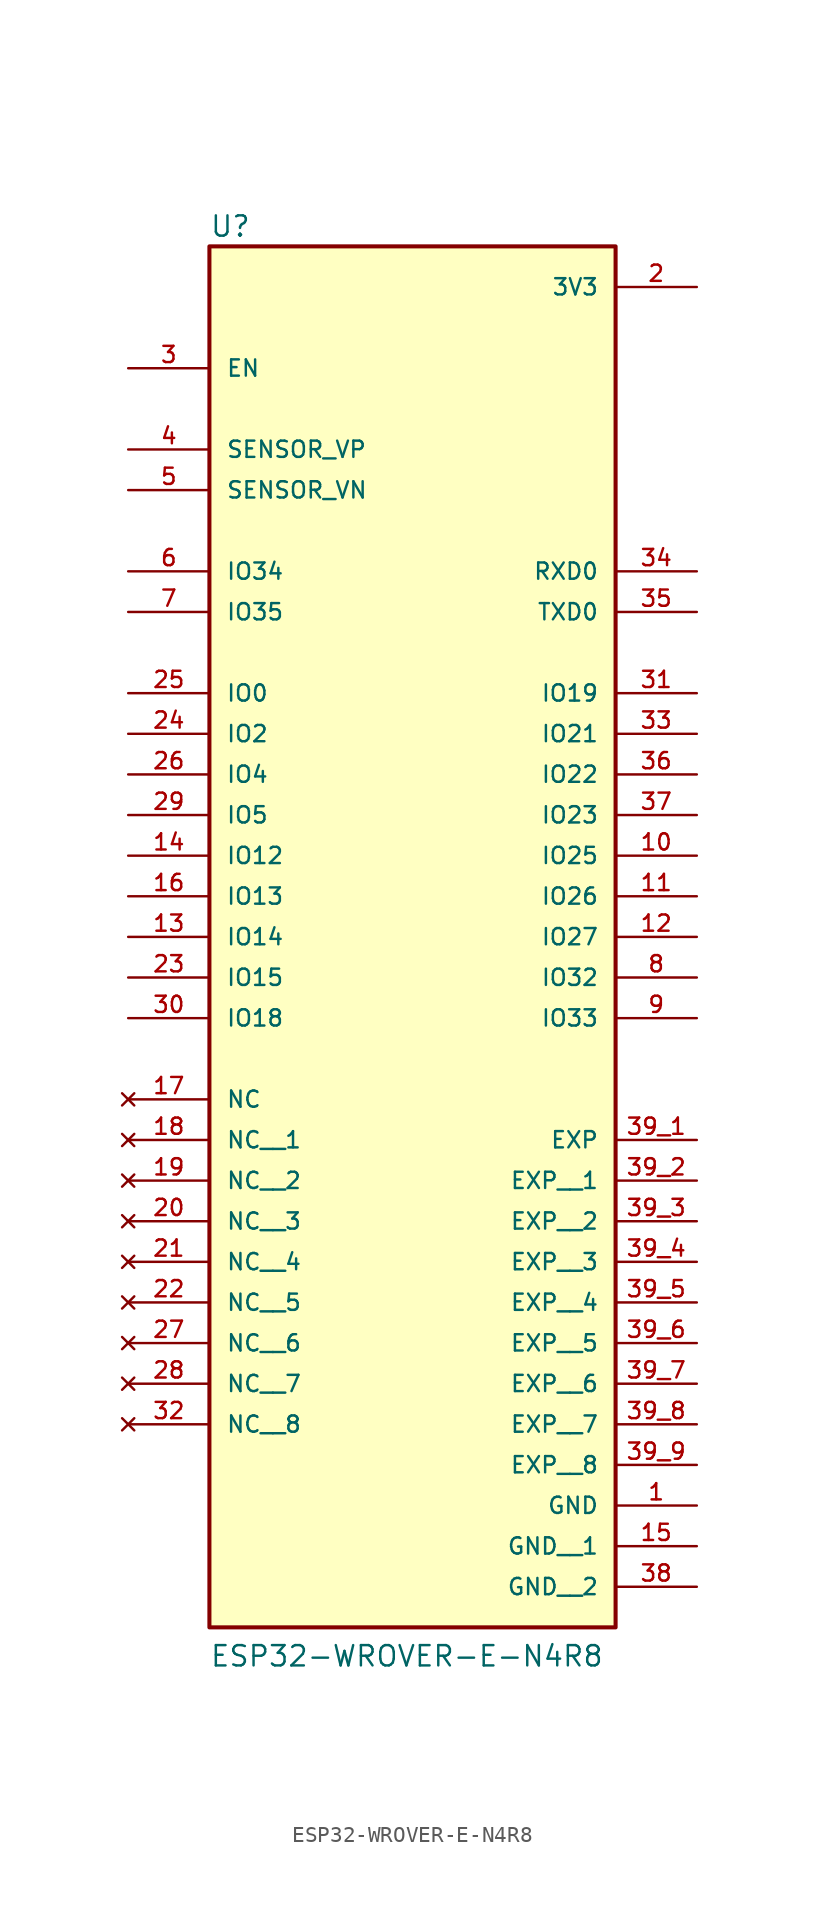
<source format=kicad_sym>
(kicad_symbol_lib
  (version 20211014)
  (generator kicad_symbol_editor)
  (symbol "ESP32-WROVER-E-N4R8"
    (pin_names
      (offset 1.016))
    (property "Reference" "U"
      (at -12.7 30.988 0)
      (effects (font (size 1.27 1.27)) (justify bottom left)))
    (property "Value" "ESP32-WROVER-E-N4R8"
      (at -12.7 -58.42 0)
      (effects (font (size 1.27 1.27)) (justify bottom left)))
    (symbol "ESP32-WROVER-E-N4R8_0_0"
      (rectangle (start -12.7 -55.88) (end 12.7 30.48) (stroke (width 0.254)) (fill (type background)))
      (pin power_in line (at 17.78 -48.26 180.0) (length 5.08) (name "GND" (effects (font (size 1.016 1.016)))) (number "1" (effects (font (size 1.016 1.016)))))
      (pin power_in line (at 17.78 27.94 180.0) (length 5.08) (name "3V3" (effects (font (size 1.016 1.016)))) (number "2" (effects (font (size 1.016 1.016)))))
      (pin input line (at -17.78 22.86 0) (length 5.08) (name "EN" (effects (font (size 1.016 1.016)))) (number "3" (effects (font (size 1.016 1.016)))))
      (pin input line (at -17.78 17.78 0) (length 5.08) (name "SENSOR_VP" (effects (font (size 1.016 1.016)))) (number "4" (effects (font (size 1.016 1.016)))))
      (pin input line (at -17.78 15.24 0) (length 5.08) (name "SENSOR_VN" (effects (font (size 1.016 1.016)))) (number "5" (effects (font (size 1.016 1.016)))))
      (pin input line (at -17.78 10.16 0) (length 5.08) (name "IO34" (effects (font (size 1.016 1.016)))) (number "6" (effects (font (size 1.016 1.016)))))
      (pin input line (at -17.78 7.62 0) (length 5.08) (name "IO35" (effects (font (size 1.016 1.016)))) (number "7" (effects (font (size 1.016 1.016)))))
      (pin bidirectional line (at 17.78 -15.24 180.0) (length 5.08) (name "IO32" (effects (font (size 1.016 1.016)))) (number "8" (effects (font (size 1.016 1.016)))))
      (pin bidirectional line (at 17.78 -17.78 180.0) (length 5.08) (name "IO33" (effects (font (size 1.016 1.016)))) (number "9" (effects (font (size 1.016 1.016)))))
      (pin bidirectional line (at 17.78 -7.62 180.0) (length 5.08) (name "IO25" (effects (font (size 1.016 1.016)))) (number "10" (effects (font (size 1.016 1.016)))))
      (pin bidirectional line (at 17.78 -10.16 180.0) (length 5.08) (name "IO26" (effects (font (size 1.016 1.016)))) (number "11" (effects (font (size 1.016 1.016)))))
      (pin bidirectional line (at 17.78 -12.7 180.0) (length 5.08) (name "IO27" (effects (font (size 1.016 1.016)))) (number "12" (effects (font (size 1.016 1.016)))))
      (pin bidirectional line (at -17.78 -12.7 0) (length 5.08) (name "IO14" (effects (font (size 1.016 1.016)))) (number "13" (effects (font (size 1.016 1.016)))))
      (pin bidirectional line (at -17.78 -7.62 0) (length 5.08) (name "IO12" (effects (font (size 1.016 1.016)))) (number "14" (effects (font (size 1.016 1.016)))))
      (pin bidirectional line (at -17.78 -10.16 0) (length 5.08) (name "IO13" (effects (font (size 1.016 1.016)))) (number "16" (effects (font (size 1.016 1.016)))))
      (pin bidirectional line (at -17.78 -15.24 0) (length 5.08) (name "IO15" (effects (font (size 1.016 1.016)))) (number "23" (effects (font (size 1.016 1.016)))))
      (pin bidirectional line (at -17.78 0.0 0) (length 5.08) (name "IO2" (effects (font (size 1.016 1.016)))) (number "24" (effects (font (size 1.016 1.016)))))
      (pin bidirectional line (at -17.78 2.54 0) (length 5.08) (name "IO0" (effects (font (size 1.016 1.016)))) (number "25" (effects (font (size 1.016 1.016)))))
      (pin bidirectional line (at -17.78 -2.54 0) (length 5.08) (name "IO4" (effects (font (size 1.016 1.016)))) (number "26" (effects (font (size 1.016 1.016)))))
      (pin no_connect line (at -17.78 -22.86 0) (length 5.08) (name "NC" (effects (font (size 1.016 1.016)))) (number "17" (effects (font (size 1.016 1.016)))))
      (pin bidirectional line (at -17.78 -5.08 0) (length 5.08) (name "IO5" (effects (font (size 1.016 1.016)))) (number "29" (effects (font (size 1.016 1.016)))))
      (pin bidirectional line (at -17.78 -17.78 0) (length 5.08) (name "IO18" (effects (font (size 1.016 1.016)))) (number "30" (effects (font (size 1.016 1.016)))))
      (pin bidirectional line (at 17.78 2.54 180.0) (length 5.08) (name "IO19" (effects (font (size 1.016 1.016)))) (number "31" (effects (font (size 1.016 1.016)))))
      (pin bidirectional line (at 17.78 0.0 180.0) (length 5.08) (name "IO21" (effects (font (size 1.016 1.016)))) (number "33" (effects (font (size 1.016 1.016)))))
      (pin bidirectional line (at 17.78 10.16 180.0) (length 5.08) (name "RXD0" (effects (font (size 1.016 1.016)))) (number "34" (effects (font (size 1.016 1.016)))))
      (pin bidirectional line (at 17.78 7.62 180.0) (length 5.08) (name "TXD0" (effects (font (size 1.016 1.016)))) (number "35" (effects (font (size 1.016 1.016)))))
      (pin bidirectional line (at 17.78 -2.54 180.0) (length 5.08) (name "IO22" (effects (font (size 1.016 1.016)))) (number "36" (effects (font (size 1.016 1.016)))))
      (pin bidirectional line (at 17.78 -5.08 180.0) (length 5.08) (name "IO23" (effects (font (size 1.016 1.016)))) (number "37" (effects (font (size 1.016 1.016)))))
      (pin power_in line (at 17.78 -25.4 180.0) (length 5.08) (name "EXP" (effects (font (size 1.016 1.016)))) (number "39_1" (effects (font (size 1.016 1.016)))))
      (pin no_connect line (at -17.78 -25.4 0) (length 5.08) (name "NC__1" (effects (font (size 1.016 1.016)))) (number "18" (effects (font (size 1.016 1.016)))))
      (pin no_connect line (at -17.78 -27.94 0) (length 5.08) (name "NC__2" (effects (font (size 1.016 1.016)))) (number "19" (effects (font (size 1.016 1.016)))))
      (pin no_connect line (at -17.78 -30.48 0) (length 5.08) (name "NC__3" (effects (font (size 1.016 1.016)))) (number "20" (effects (font (size 1.016 1.016)))))
      (pin no_connect line (at -17.78 -33.02 0) (length 5.08) (name "NC__4" (effects (font (size 1.016 1.016)))) (number "21" (effects (font (size 1.016 1.016)))))
      (pin no_connect line (at -17.78 -35.56 0) (length 5.08) (name "NC__5" (effects (font (size 1.016 1.016)))) (number "22" (effects (font (size 1.016 1.016)))))
      (pin no_connect line (at -17.78 -38.1 0) (length 5.08) (name "NC__6" (effects (font (size 1.016 1.016)))) (number "27" (effects (font (size 1.016 1.016)))))
      (pin no_connect line (at -17.78 -40.64 0) (length 5.08) (name "NC__7" (effects (font (size 1.016 1.016)))) (number "28" (effects (font (size 1.016 1.016)))))
      (pin no_connect line (at -17.78 -43.18 0) (length 5.08) (name "NC__8" (effects (font (size 1.016 1.016)))) (number "32" (effects (font (size 1.016 1.016)))))
      (pin power_in line (at 17.78 -27.94 180.0) (length 5.08) (name "EXP__1" (effects (font (size 1.016 1.016)))) (number "39_2" (effects (font (size 1.016 1.016)))))
      (pin power_in line (at 17.78 -30.48 180.0) (length 5.08) (name "EXP__2" (effects (font (size 1.016 1.016)))) (number "39_3" (effects (font (size 1.016 1.016)))))
      (pin power_in line (at 17.78 -33.02 180.0) (length 5.08) (name "EXP__3" (effects (font (size 1.016 1.016)))) (number "39_4" (effects (font (size 1.016 1.016)))))
      (pin power_in line (at 17.78 -35.56 180.0) (length 5.08) (name "EXP__4" (effects (font (size 1.016 1.016)))) (number "39_5" (effects (font (size 1.016 1.016)))))
      (pin power_in line (at 17.78 -38.1 180.0) (length 5.08) (name "EXP__5" (effects (font (size 1.016 1.016)))) (number "39_6" (effects (font (size 1.016 1.016)))))
      (pin power_in line (at 17.78 -40.64 180.0) (length 5.08) (name "EXP__6" (effects (font (size 1.016 1.016)))) (number "39_7" (effects (font (size 1.016 1.016)))))
      (pin power_in line (at 17.78 -43.18 180.0) (length 5.08) (name "EXP__7" (effects (font (size 1.016 1.016)))) (number "39_8" (effects (font (size 1.016 1.016)))))
      (pin power_in line (at 17.78 -45.72 180.0) (length 5.08) (name "EXP__8" (effects (font (size 1.016 1.016)))) (number "39_9" (effects (font (size 1.016 1.016)))))
      (pin power_in line (at 17.78 -50.8 180.0) (length 5.08) (name "GND__1" (effects (font (size 1.016 1.016)))) (number "15" (effects (font (size 1.016 1.016)))))
      (pin power_in line (at 17.78 -53.34 180.0) (length 5.08) (name "GND__2" (effects (font (size 1.016 1.016)))) (number "38" (effects (font (size 1.016 1.016))))))))
</source>
